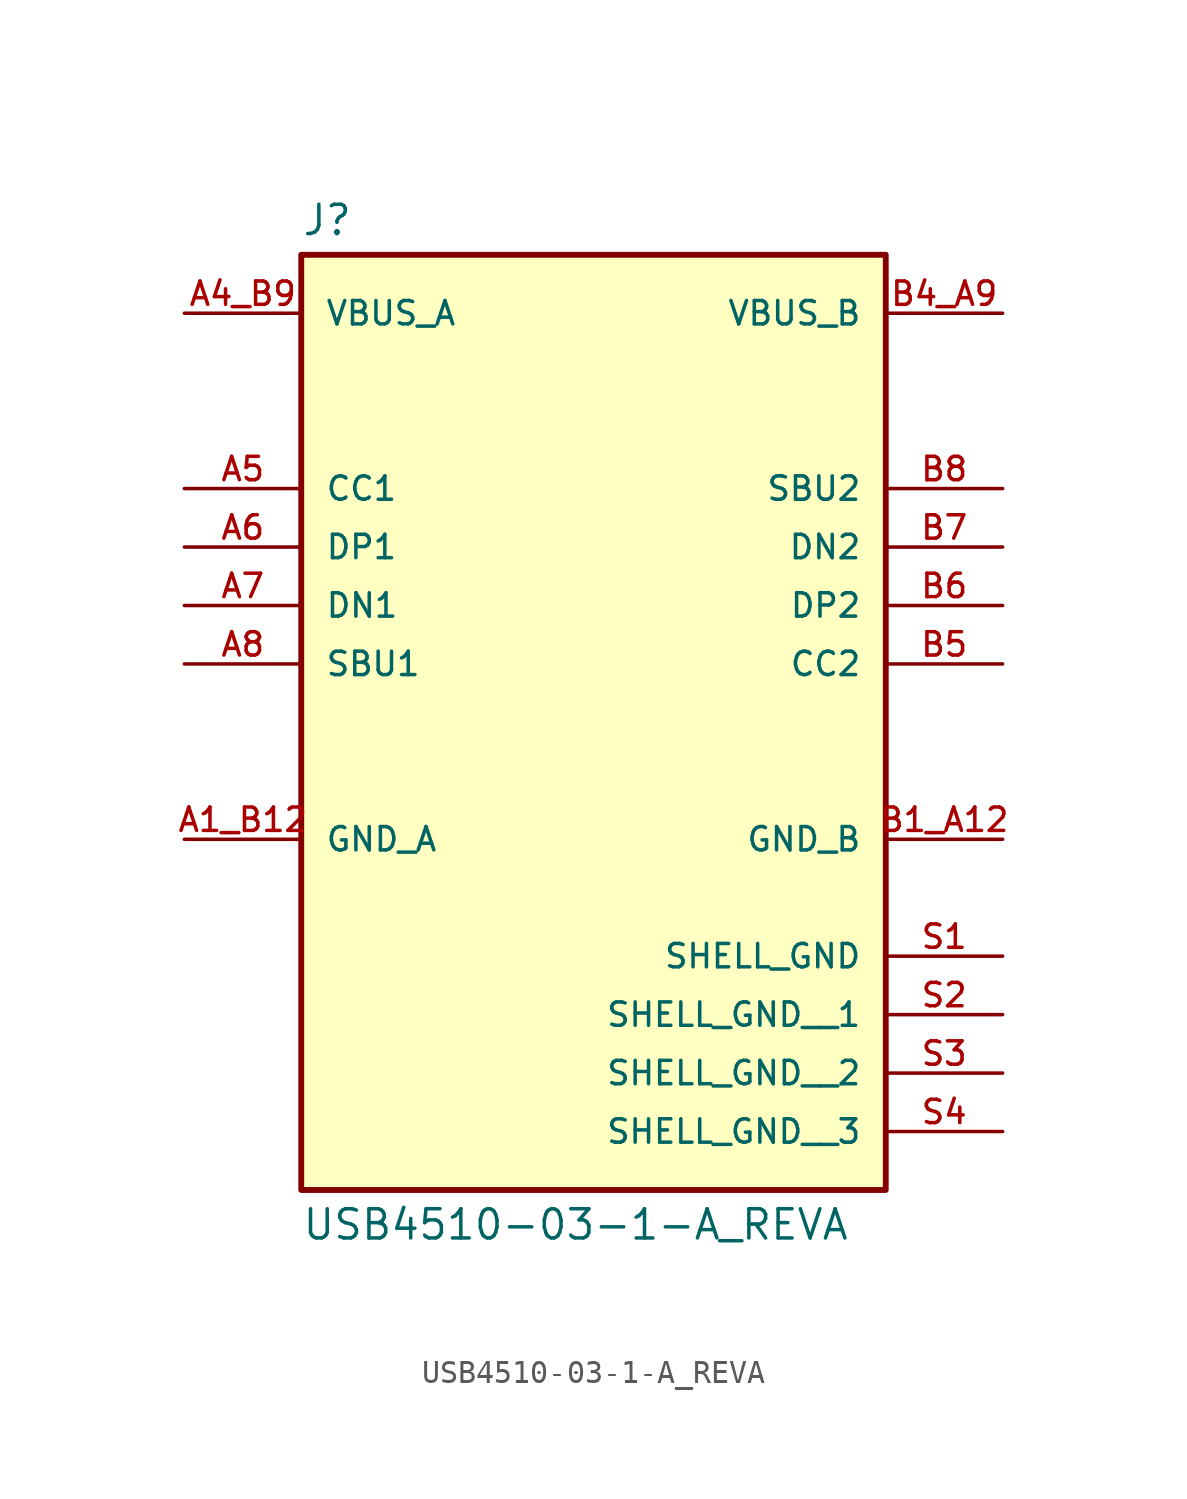
<source format=kicad_sym>
(kicad_symbol_lib
  (version 20211014)
  (generator kicad_symbol_editor)
  (symbol "USB4510-03-1-A_REVA"
    (pin_names
      (offset 1.016))
    (property "Reference" "J"
      (at -12.7 16.002 0)
      (effects (font (size 1.27 1.27)) (justify bottom left)))
    (property "Value" "USB4510-03-1-A_REVA"
      (at -12.7 -26.162 0.0)
      (effects (font (size 1.27 1.27)) (justify top left)))
    (symbol "USB4510-03-1-A_REVA_0_0"
      (rectangle (start -12.7 -25.4) (end 12.7 15.24) (stroke (width 0.254)) (fill (type background)))
      (pin power_in line (at -17.78 -10.16 0) (length 5.08) (name "GND_A" (effects (font (size 1.016 1.016)))) (number "A1_B12" (effects (font (size 1.016 1.016)))))
      (pin power_in line (at -17.78 12.7 0) (length 5.08) (name "VBUS_A" (effects (font (size 1.016 1.016)))) (number "A4_B9" (effects (font (size 1.016 1.016)))))
      (pin bidirectional line (at -17.78 2.54 0) (length 5.08) (name "DP1" (effects (font (size 1.016 1.016)))) (number "A6" (effects (font (size 1.016 1.016)))))
      (pin bidirectional line (at -17.78 5.08 0) (length 5.08) (name "CC1" (effects (font (size 1.016 1.016)))) (number "A5" (effects (font (size 1.016 1.016)))))
      (pin bidirectional line (at -17.78 -2.54 0) (length 5.08) (name "SBU1" (effects (font (size 1.016 1.016)))) (number "A8" (effects (font (size 1.016 1.016)))))
      (pin bidirectional line (at -17.78 0.0 0) (length 5.08) (name "DN1" (effects (font (size 1.016 1.016)))) (number "A7" (effects (font (size 1.016 1.016)))))
      (pin power_in line (at 17.78 -15.24 180.0) (length 5.08) (name "SHELL_GND" (effects (font (size 1.016 1.016)))) (number "S1" (effects (font (size 1.016 1.016)))))
      (pin power_in line (at 17.78 -10.16 180.0) (length 5.08) (name "GND_B" (effects (font (size 1.016 1.016)))) (number "B1_A12" (effects (font (size 1.016 1.016)))))
      (pin power_in line (at 17.78 12.7 180.0) (length 5.08) (name "VBUS_B" (effects (font (size 1.016 1.016)))) (number "B4_A9" (effects (font (size 1.016 1.016)))))
      (pin bidirectional line (at 17.78 0.0 180.0) (length 5.08) (name "DP2" (effects (font (size 1.016 1.016)))) (number "B6" (effects (font (size 1.016 1.016)))))
      (pin bidirectional line (at 17.78 -2.54 180.0) (length 5.08) (name "CC2" (effects (font (size 1.016 1.016)))) (number "B5" (effects (font (size 1.016 1.016)))))
      (pin bidirectional line (at 17.78 5.08 180.0) (length 5.08) (name "SBU2" (effects (font (size 1.016 1.016)))) (number "B8" (effects (font (size 1.016 1.016)))))
      (pin bidirectional line (at 17.78 2.54 180.0) (length 5.08) (name "DN2" (effects (font (size 1.016 1.016)))) (number "B7" (effects (font (size 1.016 1.016)))))
      (pin power_in line (at 17.78 -17.78 180.0) (length 5.08) (name "SHELL_GND__1" (effects (font (size 1.016 1.016)))) (number "S2" (effects (font (size 1.016 1.016)))))
      (pin power_in line (at 17.78 -20.32 180.0) (length 5.08) (name "SHELL_GND__2" (effects (font (size 1.016 1.016)))) (number "S3" (effects (font (size 1.016 1.016)))))
      (pin power_in line (at 17.78 -22.86 180.0) (length 5.08) (name "SHELL_GND__3" (effects (font (size 1.016 1.016)))) (number "S4" (effects (font (size 1.016 1.016))))))))
</source>
